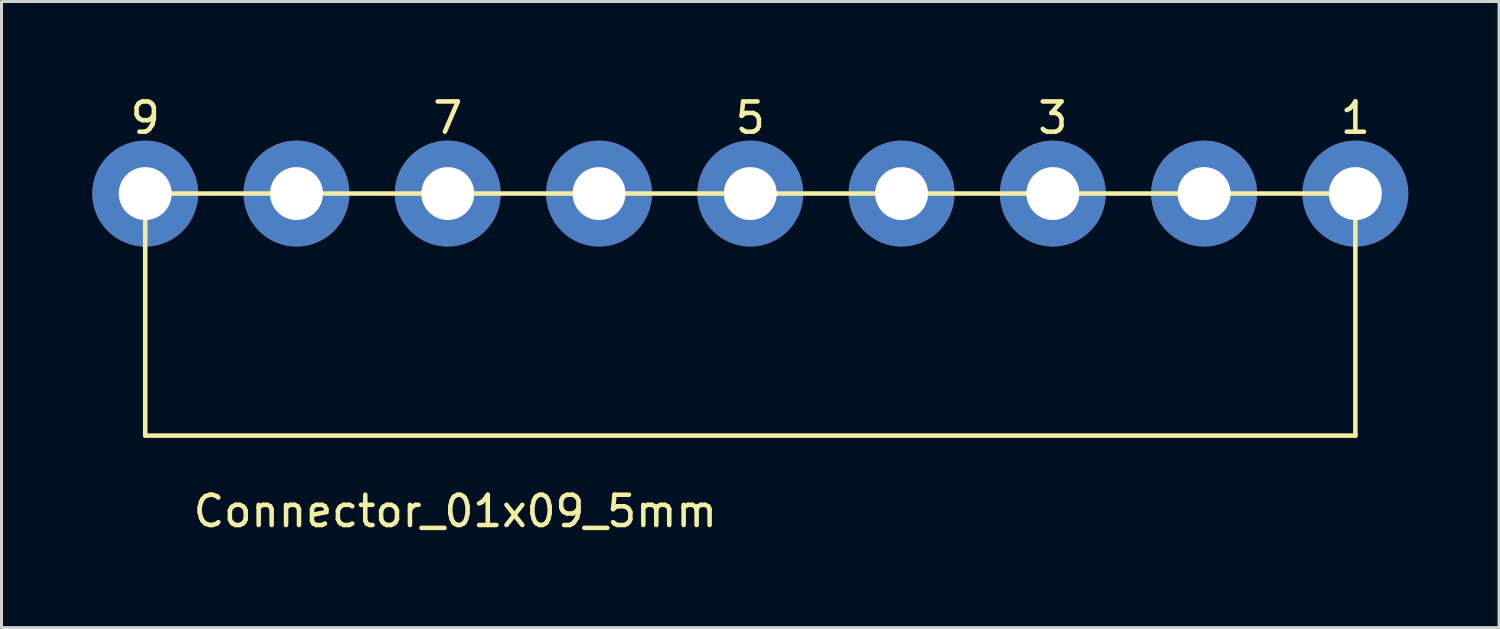
<source format=kicad_pcb>
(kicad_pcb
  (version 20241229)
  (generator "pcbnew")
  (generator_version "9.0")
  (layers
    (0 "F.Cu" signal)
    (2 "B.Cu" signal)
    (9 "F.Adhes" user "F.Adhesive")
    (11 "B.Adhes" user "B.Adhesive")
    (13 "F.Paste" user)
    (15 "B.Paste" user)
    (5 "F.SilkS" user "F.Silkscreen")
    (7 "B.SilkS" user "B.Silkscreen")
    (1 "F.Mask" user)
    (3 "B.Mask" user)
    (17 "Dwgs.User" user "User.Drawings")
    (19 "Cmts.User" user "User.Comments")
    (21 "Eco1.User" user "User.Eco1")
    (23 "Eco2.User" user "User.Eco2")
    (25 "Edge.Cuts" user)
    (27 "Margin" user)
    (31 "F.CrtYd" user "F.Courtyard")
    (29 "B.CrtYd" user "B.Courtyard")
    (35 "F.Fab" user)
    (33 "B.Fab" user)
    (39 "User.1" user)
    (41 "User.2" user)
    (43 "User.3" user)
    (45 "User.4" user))
  (footprint "Connector_01x09_5mm"
    (layer "F.Cu")
    (at 41.75 3.348)
    (property "Reference" "Connector_01x09_5mm" (at -29.75 10.5 0) (layer "F.SilkS") (effects (font (size 1 1) (thickness 0.15))))
    (attr through_hole)
    (fp_line (start -40 8) (end -40 0) (stroke (width 0.15) (type solid)) (layer "F.SilkS"))
    (fp_line (start -40 8) (end 0 8) (stroke (width 0.15) (type solid)) (layer "F.SilkS"))
    (fp_line (start 0 0) (end -40 0) (stroke (width 0.15) (type solid)) (layer "F.SilkS"))
    (fp_line (start 0 8) (end 0 0) (stroke (width 0.15) (type solid)) (layer "F.SilkS"))
    (fp_text user "5" (at -20 -2.5 0) (layer "F.SilkS") (effects (font (size 1 1) (thickness 0.15))))
    (fp_text user "3" (at -10 -2.5 0) (layer "F.SilkS") (effects (font (size 1 1) (thickness 0.15))))
    (fp_text user "1" (at 0 -2.5 0) (layer "F.SilkS") (effects (font (size 1 1) (thickness 0.15))))
    (fp_text user "9" (at -40 -2.5 0) (layer "F.SilkS") (effects (font (size 1 1) (thickness 0.15))))
    (fp_text user "7" (at -30 -2.5 0) (layer "F.SilkS") (effects (font (size 1 1) (thickness 0.15))))
    (pad "1" thru_hole circle (at 0 0 180) (size 3.5 3.5) (drill 1.75) (layers "B.Cu" "B.Mask"))
    (pad "2" thru_hole circle (at -5 0 180) (size 3.5 3.5) (drill 1.75) (layers "B.Cu" "B.Mask"))
    (pad "3" thru_hole circle (at -10 0 180) (size 3.5 3.5) (drill 1.75) (layers "B.Cu" "B.Mask"))
    (pad "4" thru_hole circle (at -15 0 180) (size 3.5 3.5) (drill 1.75) (layers "B.Cu" "B.Mask"))
    (pad "5" thru_hole circle (at -20 0 180) (size 3.5 3.5) (drill 1.75) (layers "B.Cu" "B.Mask"))
    (pad "6" thru_hole circle (at -25 0 180) (size 3.5 3.5) (drill 1.75) (layers "B.Cu" "B.Mask"))
    (pad "7" thru_hole circle (at -30 0 180) (size 3.5 3.5) (drill 1.75) (layers "B.Cu" "B.Mask"))
    (pad "8" thru_hole circle (at -35 0 180) (size 3.5 3.5) (drill 1.75) (layers "B.Cu" "B.Mask"))
    (pad "9" thru_hole circle (at -40 0 180) (size 3.5 3.5) (drill 1.75) (layers "B.Cu" "B.Mask")))
  (gr_rect
    (start -3 -3)
    (end 46.5 17.697)
    (stroke (width 0.1) (type default))
    (fill no)
    (layer "Edge.Cuts")))
</source>
